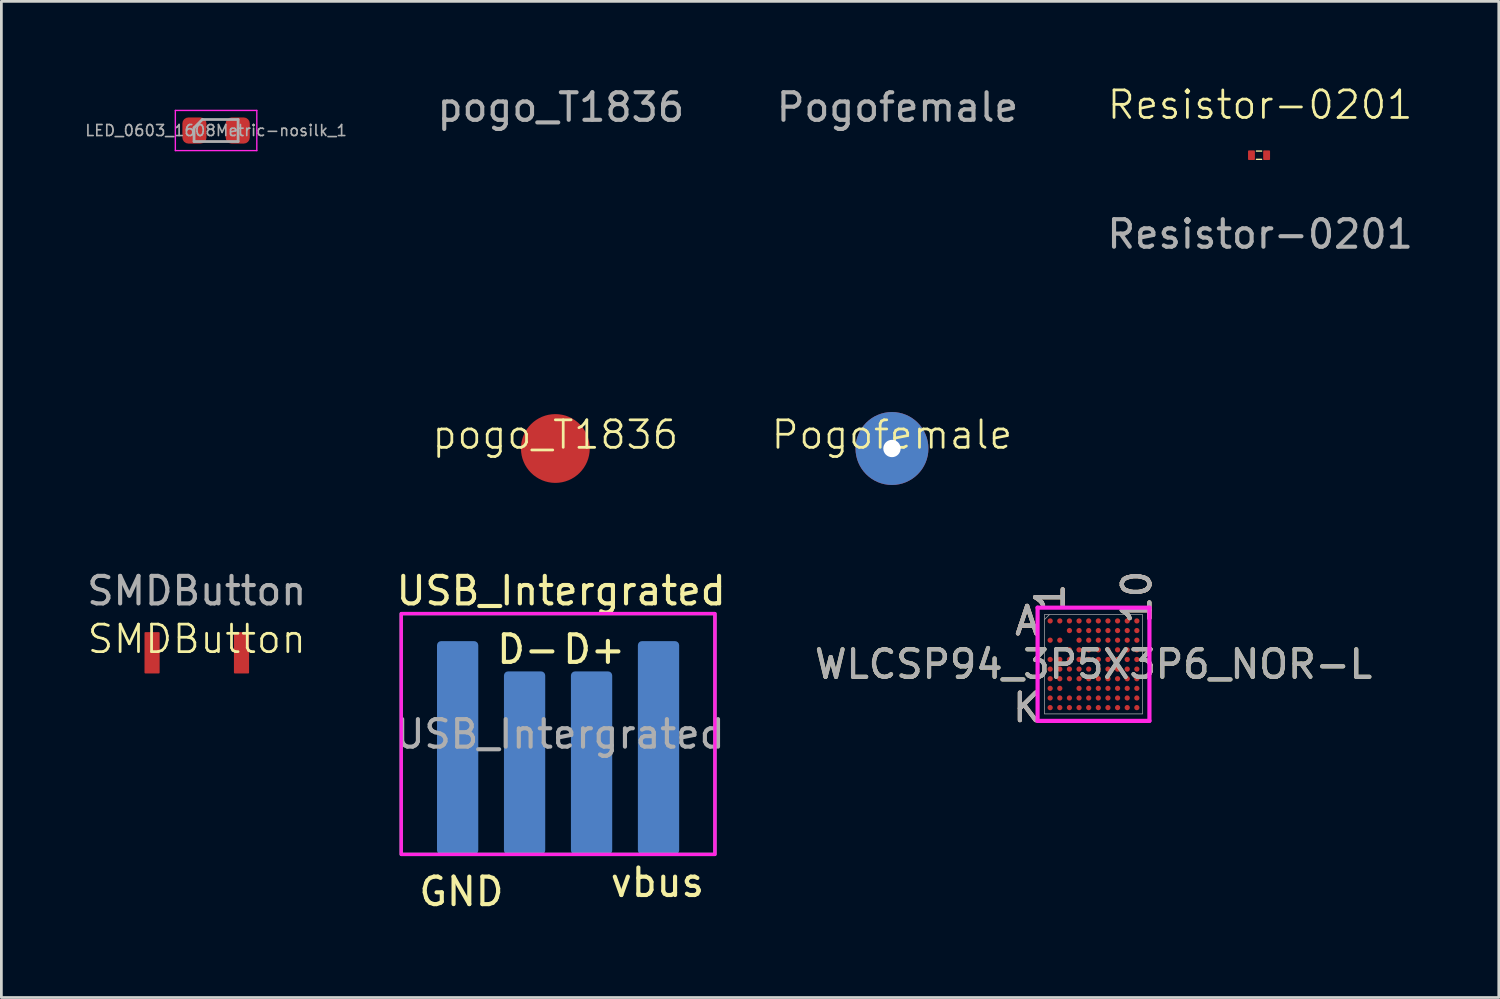
<source format=kicad_pcb>
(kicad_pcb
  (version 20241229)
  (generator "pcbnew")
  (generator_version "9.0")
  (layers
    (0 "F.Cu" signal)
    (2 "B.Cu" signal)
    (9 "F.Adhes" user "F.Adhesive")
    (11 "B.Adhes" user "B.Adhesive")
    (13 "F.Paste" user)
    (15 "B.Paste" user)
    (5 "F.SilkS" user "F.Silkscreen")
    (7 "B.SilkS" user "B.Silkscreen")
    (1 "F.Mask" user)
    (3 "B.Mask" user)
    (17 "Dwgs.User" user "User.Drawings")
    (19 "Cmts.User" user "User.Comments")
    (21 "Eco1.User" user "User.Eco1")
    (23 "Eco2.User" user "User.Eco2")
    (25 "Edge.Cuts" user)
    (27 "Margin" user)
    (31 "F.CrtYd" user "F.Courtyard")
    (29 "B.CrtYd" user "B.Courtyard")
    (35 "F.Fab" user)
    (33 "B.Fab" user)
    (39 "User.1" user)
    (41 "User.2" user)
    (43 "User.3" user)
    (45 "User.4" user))
  (footprint "USB_Intergrated"
    (layer "F.Cu")
    (at 22.93 19.248)
    (property "Reference" "USB_Intergrated" (at -5.588 -0.827 0) (unlocked yes) (layer "F.SilkS") (effects (font (size 1 1) (thickness 0.15))))
    (attr smd)
    (fp_rect (start 0 8.75) (end -11.4 0) (stroke (width 0.12) (type solid)) (fill no) (layer "F.CrtYd"))
    (fp_rect (start 0 8.75) (end -11.4 0) (stroke (width 0.12) (type solid)) (fill no) (layer "F.Fab"))
    (fp_text user "D+" (at -4.389 1.299 0) (unlocked yes) (layer "F.SilkS") (effects (font (size 1 1) (thickness 0.15))))
    (fp_text user "vbus" (at -2.092 9.771 0) (unlocked yes) (layer "F.SilkS") (effects (font (size 1 1) (thickness 0.15))))
    (fp_text user "GND" (at -9.212 10.102 0) (unlocked yes) (layer "F.SilkS") (effects (font (size 1 1) (thickness 0.15))))
    (fp_text user "D-" (at -6.788 1.299 0) (unlocked yes) (layer "F.SilkS") (effects (font (size 1 1) (thickness 0.15))))
    (fp_text user "${REFERENCE}" (at -5.627 4.379 0) (unlocked yes) (layer "F.Fab") (effects (font (size 1 1) (thickness 0.15))))
    (pad "1" smd roundrect (at -2.05 4.875 180) (size 1.5 7.75) (layers "B.Cu" "B.Mask" "B.Paste") (roundrect_rratio 0.1))
    (pad "2" smd roundrect (at -4.483 5.425 180) (size 1.5 6.65) (layers "B.Cu" "B.Mask" "B.Paste") (roundrect_rratio 0.1))
    (pad "3" smd roundrect (at -6.917 5.425 180) (size 1.5 6.65) (layers "B.Cu" "B.Mask" "B.Paste") (roundrect_rratio 0.1))
    (pad "4" smd roundrect (at -9.35 4.875 180) (size 1.5 7.75) (layers "B.Cu" "B.Mask" "B.Paste") (roundrect_rratio 0.1)))
  (footprint "SMDButton"
    (layer "F.Cu")
    (at 4.101 20.672)
    (property "Reference" "SMDButton" (at 0 -0.5 0) (unlocked yes) (layer "F.SilkS") (effects (font (size 1 1) (thickness 0.1))))
    (attr smd)
    (fp_text user "${REFERENCE}" (at 0 -2.25 0) (unlocked yes) (layer "F.Fab") (effects (font (size 1 1) (thickness 0.15))))
    (pad "2" smd roundrect (at -1.625 0 90) (size 1.5 0.55) (layers "F.Cu" "F.Mask" "F.Paste") (roundrect_rratio 0.055))
    (pad "3" smd roundrect (at 1.625 0 90) (size 1.5 0.55) (layers "F.Cu" "F.Mask" "F.Paste") (roundrect_rratio 0.055)))
  (footprint "LED_0603_1608Metric-nosilk_1"
    (layer "F.Cu")
    (at 4.802 1.693)
    (property "Reference" "LED_0603_1608Metric-nosilk_1" (at 0 -1.43 0) (layer "Eco2.User") (effects (font (size 0.3 0.3) (thickness 0.05))))
    (attr smd)
    (fp_line (start -1.48 -0.73) (end 1.48 -0.73) (stroke (width 0.05) (type solid)) (layer "F.CrtYd"))
    (fp_line (start -1.48 0.73) (end -1.48 -0.73) (stroke (width 0.05) (type solid)) (layer "F.CrtYd"))
    (fp_line (start 1.48 -0.73) (end 1.48 0.73) (stroke (width 0.05) (type solid)) (layer "F.CrtYd"))
    (fp_line (start 1.48 0.73) (end -1.48 0.73) (stroke (width 0.05) (type solid)) (layer "F.CrtYd"))
    (fp_line (start -0.8 -0.1) (end -0.8 0.4) (stroke (width 0.1) (type solid)) (layer "F.Fab"))
    (fp_line (start -0.8 0.4) (end 0.8 0.4) (stroke (width 0.1) (type solid)) (layer "F.Fab"))
    (fp_line (start -0.5 -0.4) (end -0.8 -0.1) (stroke (width 0.1) (type solid)) (layer "F.Fab"))
    (fp_line (start 0.8 -0.4) (end -0.5 -0.4) (stroke (width 0.1) (type solid)) (layer "F.Fab"))
    (fp_line (start 0.8 0.4) (end 0.8 -0.4) (stroke (width 0.1) (type solid)) (layer "F.Fab"))
    (fp_text user "${REFERENCE}" (at 0 0 0) (layer "F.Fab") (effects (font (size 0.4 0.4) (thickness 0.06))))
    (pad "1" smd roundrect (at -0.787 0) (size 0.875 0.95) (layers "F.Cu" "F.Mask" "F.Paste") (roundrect_rratio 0.25))
    (pad "2" smd roundrect (at 0.787 0) (size 0.875 0.95) (layers "F.Cu" "F.Mask" "F.Paste") (roundrect_rratio 0.25)))
  (footprint "Pogofemale"
    (layer "F.Cu")
    (at 29.363 13.248)
    (property "Reference" "Pogofemale" (at 0 -0.5 0) (unlocked yes) (layer "F.SilkS") (effects (font (size 1 1) (thickness 0.1))))
    (attr smd)
    (fp_text user "${REFERENCE}" (at 0.2 -12.4 0) (unlocked yes) (layer "F.Fab") (effects (font (size 1 1) (thickness 0.15))))
    (pad "1" thru_hole circle (at 0 0) (size 2.65 2.65) (drill 0.63) (layers "*.Cu" "*.Mask")))
  (footprint "Resistor-0201"
    (layer "F.Cu")
    (at 42.702 2.59)
    (property "Reference" "Resistor-0201" (at 0.04 -1.83 0) (unlocked yes) (layer "F.SilkS") (effects (font (size 1 1) (thickness 0.1))))
    (attr smd)
    (fp_line (start -0.095 -0.15) (end 0.095 -0.15) (stroke (width 0.05) (type default)) (layer "F.SilkS"))
    (fp_line (start -0.095 0.15) (end 0.095 0.15) (stroke (width 0.05) (type default)) (layer "F.SilkS"))
    (fp_rect (start -0.5 -0.28) (end 0.5 0.28) (stroke (width 0.001) (type default)) (fill no) (layer "F.CrtYd"))
    (fp_text user "${REFERENCE}" (at 0.04 2.87 0) (unlocked yes) (layer "F.Fab") (effects (font (size 1 1) (thickness 0.15))))
    (pad "1" smd roundrect (at -0.275 0 90) (size 0.35 0.25) (layers "F.Cu" "F.Mask" "F.Paste") (roundrect_rratio 0.131))
    (pad "2" smd roundrect (at 0.275 0 90) (size 0.35 0.25) (layers "F.Cu" "F.Mask" "F.Paste") (roundrect_rratio 0.131)))
  (footprint "pogo_T1836"
    (layer "F.Cu")
    (at 17.131 13.248)
    (property "Reference" "pogo_T1836" (at 0 -0.5 0) (unlocked yes) (layer "F.SilkS") (effects (font (size 1 1) (thickness 0.1))))
    (attr smd)
    (fp_text user "${REFERENCE}" (at 0.2 -12.4 0) (unlocked yes) (layer "F.Fab") (effects (font (size 1 1) (thickness 0.15))))
    (pad "1" smd circle (at 0 0) (size 2.5 2.5) (layers "F.Cu" "F.Mask" "F.Paste")))
  (footprint "WLCSP94_3P5X3P6_NOR-L"
    (layer "F.Cu")
    (at 36.687 21.089)
    (property "Reference" "WLCSP94_3P5X3P6_NOR-L" (at 0 0 0) (unlocked yes) (layer "F.SilkS") (effects (font (size 1 1) (thickness 0.15))))
    (attr smd)
    (fp_poly (pts (xy -2.195 -2.195) (xy 2.195 -2.195) (xy 2.195 2.195) (xy -2.195 2.195)) (stroke (width 0.1) (type solid)) (fill no) (layer "Eco2.User"))
    (fp_line (start -2.032 -2.057) (end 2.032 -2.057) (stroke (width 0.152) (type solid)) (layer "F.CrtYd"))
    (fp_line (start -2.032 2.057) (end -2.032 -2.057) (stroke (width 0.152) (type solid)) (layer "F.CrtYd"))
    (fp_line (start 2.032 -2.057) (end 2.032 2.057) (stroke (width 0.152) (type solid)) (layer "F.CrtYd"))
    (fp_line (start 2.032 2.057) (end -2.032 2.057) (stroke (width 0.152) (type solid)) (layer "F.CrtYd"))
    (fp_line (start -1.778 -1.803) (end -1.778 1.803) (stroke (width 0.025) (type solid)) (layer "F.Fab"))
    (fp_line (start -1.778 1.803) (end 1.778 1.803) (stroke (width 0.025) (type solid)) (layer "F.Fab"))
    (fp_line (start -1.603 -1.803) (end -1.778 -1.628) (stroke (width 0.025) (type solid)) (layer "F.Fab"))
    (fp_line (start 1.778 -1.803) (end -1.778 -1.803) (stroke (width 0.025) (type solid)) (layer "F.Fab"))
    (fp_line (start 1.778 1.803) (end 1.778 -1.803) (stroke (width 0.025) (type solid)) (layer "F.Fab"))
    (fp_text user "1" (at -1.575 -2.438 90) (unlocked yes) (layer "F.SilkS") (effects (font (size 1 1) (thickness 0.15))))
    (fp_text user "A" (at -2.413 -1.575 0) (unlocked yes) (layer "F.SilkS") (effects (font (size 1 1) (thickness 0.15))))
    (fp_text user "K" (at -2.413 1.575 0) (unlocked yes) (layer "F.SilkS") (effects (font (size 1 1) (thickness 0.15))))
    (fp_text user "10" (at 1.575 -2.438 90) (unlocked yes) (layer "F.SilkS") (effects (font (size 1 1) (thickness 0.15))))
    (fp_text user "1" (at -1.575 -2.438 90) (unlocked yes) (layer "B.SilkS") (effects (font (size 1 1) (thickness 0.15))))
    (fp_text user "K" (at -2.413 1.575 0) (unlocked yes) (layer "B.SilkS") (effects (font (size 1 1) (thickness 0.15))))
    (fp_text user "10" (at 1.575 -2.438 90) (unlocked yes) (layer "B.SilkS") (effects (font (size 1 1) (thickness 0.15))))
    (fp_text user "A" (at -2.413 -1.575 0) (unlocked yes) (layer "B.SilkS") (effects (font (size 1 1) (thickness 0.15))))
    (fp_text user "A" (at -2.413 -1.575 0) (unlocked yes) (layer "F.Fab") (effects (font (size 1 1) (thickness 0.15))))
    (fp_text user "K" (at -2.413 1.575 0) (unlocked yes) (layer "F.Fab") (effects (font (size 1 1) (thickness 0.15))))
    (fp_text user "10" (at 1.575 -2.438 90) (unlocked yes) (layer "F.Fab") (effects (font (size 1 1) (thickness 0.15))))
    (fp_text user "${REFERENCE}" (at 0 0 0) (unlocked yes) (layer "F.Fab") (effects (font (size 1 1) (thickness 0.15))))
    (fp_text user "1" (at -1.575 -2.438 90) (unlocked yes) (layer "F.Fab") (effects (font (size 1 1) (thickness 0.15))))
    (pad "A1" smd circle (at -1.575 -1.575) (size 0.191 0.191) (layers "F.Cu" "F.Mask" "F.Paste"))
    (pad "A2" smd circle (at -1.225 -1.575) (size 0.191 0.191) (layers "F.Cu" "F.Mask" "F.Paste"))
    (pad "A3" smd circle (at -0.875 -1.575) (size 0.191 0.191) (layers "F.Cu" "F.Mask" "F.Paste"))
    (pad "A4" smd circle (at -0.525 -1.575) (size 0.191 0.191) (layers "F.Cu" "F.Mask" "F.Paste"))
    (pad "A5" smd circle (at -0.175 -1.575) (size 0.191 0.191) (layers "F.Cu" "F.Mask" "F.Paste"))
    (pad "A6" smd circle (at 0.175 -1.575) (size 0.191 0.191) (layers "F.Cu" "F.Mask" "F.Paste"))
    (pad "A7" smd circle (at 0.525 -1.575) (size 0.191 0.191) (layers "F.Cu" "F.Mask" "F.Paste"))
    (pad "A8" smd circle (at 0.875 -1.575) (size 0.191 0.191) (layers "F.Cu" "F.Mask" "F.Paste"))
    (pad "A9" smd circle (at 1.225 -1.575) (size 0.191 0.191) (layers "F.Cu" "F.Mask" "F.Paste"))
    (pad "A10" smd circle (at 1.575 -1.575) (size 0.191 0.191) (layers "F.Cu" "F.Mask" "F.Paste"))
    (pad "B3" smd circle (at -0.875 -1.225) (size 0.191 0.191) (layers "F.Cu" "F.Mask" "F.Paste"))
    (pad "B4" smd circle (at -0.525 -1.225) (size 0.191 0.191) (layers "F.Cu" "F.Mask" "F.Paste"))
    (pad "B5" smd circle (at -0.175 -1.225) (size 0.191 0.191) (layers "F.Cu" "F.Mask" "F.Paste"))
    (pad "B6" smd circle (at 0.175 -1.225) (size 0.191 0.191) (layers "F.Cu" "F.Mask" "F.Paste"))
    (pad "B7" smd circle (at 0.525 -1.225) (size 0.191 0.191) (layers "F.Cu" "F.Mask" "F.Paste"))
    (pad "B8" smd circle (at 0.875 -1.225) (size 0.191 0.191) (layers "F.Cu" "F.Mask" "F.Paste"))
    (pad "B9" smd circle (at 1.225 -1.225) (size 0.191 0.191) (layers "F.Cu" "F.Mask" "F.Paste"))
    (pad "B10" smd circle (at 1.575 -1.225) (size 0.191 0.191) (layers "F.Cu" "F.Mask" "F.Paste"))
    (pad "C1" smd circle (at -1.575 -0.875) (size 0.191 0.191) (layers "F.Cu" "F.Mask" "F.Paste"))
    (pad "C2" smd circle (at -1.225 -0.875) (size 0.191 0.191) (layers "F.Cu" "F.Mask" "F.Paste"))
    (pad "C4" smd circle (at -0.525 -0.875) (size 0.191 0.191) (layers "F.Cu" "F.Mask" "F.Paste"))
    (pad "C5" smd circle (at -0.175 -0.875) (size 0.191 0.191) (layers "F.Cu" "F.Mask" "F.Paste"))
    (pad "C6" smd circle (at 0.175 -0.875) (size 0.191 0.191) (layers "F.Cu" "F.Mask" "F.Paste"))
    (pad "C7" smd circle (at 0.525 -0.875) (size 0.191 0.191) (layers "F.Cu" "F.Mask" "F.Paste"))
    (pad "C8" smd circle (at 0.875 -0.875) (size 0.191 0.191) (layers "F.Cu" "F.Mask" "F.Paste"))
    (pad "C9" smd circle (at 1.225 -0.875) (size 0.191 0.191) (layers "F.Cu" "F.Mask" "F.Paste"))
    (pad "C10" smd circle (at 1.575 -0.875) (size 0.191 0.191) (layers "F.Cu" "F.Mask" "F.Paste"))
    (pad "D3" smd circle (at -0.875 -0.525) (size 0.191 0.191) (layers "F.Cu" "F.Mask" "F.Paste"))
    (pad "D4" smd circle (at -0.525 -0.525) (size 0.191 0.191) (layers "F.Cu" "F.Mask" "F.Paste"))
    (pad "D5" smd circle (at -0.175 -0.525) (size 0.191 0.191) (layers "F.Cu" "F.Mask" "F.Paste"))
    (pad "D6" smd circle (at 0.175 -0.525) (size 0.191 0.191) (layers "F.Cu" "F.Mask" "F.Paste"))
    (pad "D7" smd circle (at 0.525 -0.525) (size 0.191 0.191) (layers "F.Cu" "F.Mask" "F.Paste"))
    (pad "D8" smd circle (at 0.875 -0.525) (size 0.191 0.191) (layers "F.Cu" "F.Mask" "F.Paste"))
    (pad "D9" smd circle (at 1.225 -0.525) (size 0.191 0.191) (layers "F.Cu" "F.Mask" "F.Paste"))
    (pad "D10" smd circle (at 1.575 -0.525) (size 0.191 0.191) (layers "F.Cu" "F.Mask" "F.Paste"))
    (pad "E1" smd circle (at -1.575 -0.175) (size 0.191 0.191) (layers "F.Cu" "F.Mask" "F.Paste"))
    (pad "E2" smd circle (at -1.225 -0.175) (size 0.191 0.191) (layers "F.Cu" "F.Mask" "F.Paste"))
    (pad "E3" smd circle (at -0.875 -0.175) (size 0.191 0.191) (layers "F.Cu" "F.Mask" "F.Paste"))
    (pad "E4" smd circle (at -0.525 -0.175) (size 0.191 0.191) (layers "F.Cu" "F.Mask" "F.Paste"))
    (pad "E5" smd circle (at -0.175 -0.175) (size 0.191 0.191) (layers "F.Cu" "F.Mask" "F.Paste"))
    (pad "E6" smd circle (at 0.175 -0.175) (size 0.191 0.191) (layers "F.Cu" "F.Mask" "F.Paste"))
    (pad "E7" smd circle (at 0.525 -0.175) (size 0.191 0.191) (layers "F.Cu" "F.Mask" "F.Paste"))
    (pad "E8" smd circle (at 0.875 -0.175) (size 0.191 0.191) (layers "F.Cu" "F.Mask" "F.Paste"))
    (pad "E9" smd circle (at 1.225 -0.175) (size 0.191 0.191) (layers "F.Cu" "F.Mask" "F.Paste"))
    (pad "E10" smd circle (at 1.575 -0.175) (size 0.191 0.191) (layers "F.Cu" "F.Mask" "F.Paste"))
    (pad "F1" smd circle (at -1.575 0.175) (size 0.191 0.191) (layers "F.Cu" "F.Mask" "F.Paste"))
    (pad "F2" smd circle (at -1.225 0.175) (size 0.191 0.191) (layers "F.Cu" "F.Mask" "F.Paste"))
    (pad "F3" smd circle (at -0.875 0.175) (size 0.191 0.191) (layers "F.Cu" "F.Mask" "F.Paste"))
    (pad "F4" smd circle (at -0.525 0.175) (size 0.191 0.191) (layers "F.Cu" "F.Mask" "F.Paste"))
    (pad "F5" smd circle (at -0.175 0.175) (size 0.191 0.191) (layers "F.Cu" "F.Mask" "F.Paste"))
    (pad "F6" smd circle (at 0.175 0.175) (size 0.191 0.191) (layers "F.Cu" "F.Mask" "F.Paste"))
    (pad "F7" smd circle (at 0.525 0.175) (size 0.191 0.191) (layers "F.Cu" "F.Mask" "F.Paste"))
    (pad "F8" smd circle (at 0.875 0.175) (size 0.191 0.191) (layers "F.Cu" "F.Mask" "F.Paste"))
    (pad "F9" smd circle (at 1.225 0.175) (size 0.191 0.191) (layers "F.Cu" "F.Mask" "F.Paste"))
    (pad "F10" smd circle (at 1.575 0.175) (size 0.191 0.191) (layers "F.Cu" "F.Mask" "F.Paste"))
    (pad "G1" smd circle (at -1.575 0.525) (size 0.191 0.191) (layers "F.Cu" "F.Mask" "F.Paste"))
    (pad "G2" smd circle (at -1.225 0.525) (size 0.191 0.191) (layers "F.Cu" "F.Mask" "F.Paste"))
    (pad "G3" smd circle (at -0.875 0.525) (size 0.191 0.191) (layers "F.Cu" "F.Mask" "F.Paste"))
    (pad "G4" smd circle (at -0.525 0.525) (size 0.191 0.191) (layers "F.Cu" "F.Mask" "F.Paste"))
    (pad "G5" smd circle (at -0.175 0.525) (size 0.191 0.191) (layers "F.Cu" "F.Mask" "F.Paste"))
    (pad "G6" smd circle (at 0.175 0.525) (size 0.191 0.191) (layers "F.Cu" "F.Mask" "F.Paste"))
    (pad "G7" smd circle (at 0.525 0.525) (size 0.191 0.191) (layers "F.Cu" "F.Mask" "F.Paste"))
    (pad "G8" smd circle (at 0.875 0.525) (size 0.191 0.191) (layers "F.Cu" "F.Mask" "F.Paste"))
    (pad "G9" smd circle (at 1.225 0.525) (size 0.191 0.191) (layers "F.Cu" "F.Mask" "F.Paste"))
    (pad "G10" smd circle (at 1.575 0.525) (size 0.191 0.191) (layers "F.Cu" "F.Mask" "F.Paste"))
    (pad "H1" smd circle (at -1.575 0.875) (size 0.191 0.191) (layers "F.Cu" "F.Mask" "F.Paste"))
    (pad "H2" smd circle (at -1.225 0.875) (size 0.191 0.191) (layers "F.Cu" "F.Mask" "F.Paste"))
    (pad "H4" smd circle (at -0.525 0.875) (size 0.191 0.191) (layers "F.Cu" "F.Mask" "F.Paste"))
    (pad "H5" smd circle (at -0.175 0.875) (size 0.191 0.191) (layers "F.Cu" "F.Mask" "F.Paste"))
    (pad "H6" smd circle (at 0.175 0.875) (size 0.191 0.191) (layers "F.Cu" "F.Mask" "F.Paste"))
    (pad "H7" smd circle (at 0.525 0.875) (size 0.191 0.191) (layers "F.Cu" "F.Mask" "F.Paste"))
    (pad "H8" smd circle (at 0.875 0.875) (size 0.191 0.191) (layers "F.Cu" "F.Mask" "F.Paste"))
    (pad "H9" smd circle (at 1.225 0.875) (size 0.191 0.191) (layers "F.Cu" "F.Mask" "F.Paste"))
    (pad "H10" smd circle (at 1.575 0.875) (size 0.191 0.191) (layers "F.Cu" "F.Mask" "F.Paste"))
    (pad "J1" smd circle (at -1.575 1.225) (size 0.191 0.191) (layers "F.Cu" "F.Mask" "F.Paste"))
    (pad "J2" smd circle (at -1.225 1.225) (size 0.191 0.191) (layers "F.Cu" "F.Mask" "F.Paste"))
    (pad "J3" smd circle (at -0.875 1.225) (size 0.191 0.191) (layers "F.Cu" "F.Mask" "F.Paste"))
    (pad "J4" smd circle (at -0.525 1.225) (size 0.191 0.191) (layers "F.Cu" "F.Mask" "F.Paste"))
    (pad "J5" smd circle (at -0.175 1.225) (size 0.191 0.191) (layers "F.Cu" "F.Mask" "F.Paste"))
    (pad "J6" smd circle (at 0.175 1.225) (size 0.191 0.191) (layers "F.Cu" "F.Mask" "F.Paste"))
    (pad "J7" smd circle (at 0.525 1.225) (size 0.191 0.191) (layers "F.Cu" "F.Mask" "F.Paste"))
    (pad "J8" smd circle (at 0.875 1.225) (size 0.191 0.191) (layers "F.Cu" "F.Mask" "F.Paste"))
    (pad "J9" smd circle (at 1.225 1.225) (size 0.191 0.191) (layers "F.Cu" "F.Mask" "F.Paste"))
    (pad "J10" smd circle (at 1.575 1.225) (size 0.191 0.191) (layers "F.Cu" "F.Mask" "F.Paste"))
    (pad "K1" smd circle (at -1.575 1.575) (size 0.191 0.191) (layers "F.Cu" "F.Mask" "F.Paste"))
    (pad "K2" smd circle (at -1.225 1.575) (size 0.191 0.191) (layers "F.Cu" "F.Mask" "F.Paste"))
    (pad "K3" smd circle (at -0.875 1.575) (size 0.191 0.191) (layers "F.Cu" "F.Mask" "F.Paste"))
    (pad "K4" smd circle (at -0.525 1.575) (size 0.191 0.191) (layers "F.Cu" "F.Mask" "F.Paste"))
    (pad "K5" smd circle (at -0.175 1.575) (size 0.191 0.191) (layers "F.Cu" "F.Mask" "F.Paste"))
    (pad "K6" smd circle (at 0.175 1.575) (size 0.191 0.191) (layers "F.Cu" "F.Mask" "F.Paste"))
    (pad "K7" smd circle (at 0.525 1.575) (size 0.191 0.191) (layers "F.Cu" "F.Mask" "F.Paste"))
    (pad "K8" smd circle (at 0.875 1.575) (size 0.191 0.191) (layers "F.Cu" "F.Mask" "F.Paste"))
    (pad "K9" smd circle (at 1.225 1.575) (size 0.191 0.191) (layers "F.Cu" "F.Mask" "F.Paste"))
    (pad "K10" smd circle (at 1.575 1.575) (size 0.191 0.191) (layers "F.Cu" "F.Mask" "F.Paste")))
  (gr_rect
    (start -3 -3)
    (end 51.414 33.199)
    (stroke (width 0.1) (type default))
    (fill no)
    (layer "Edge.Cuts")))
</source>
